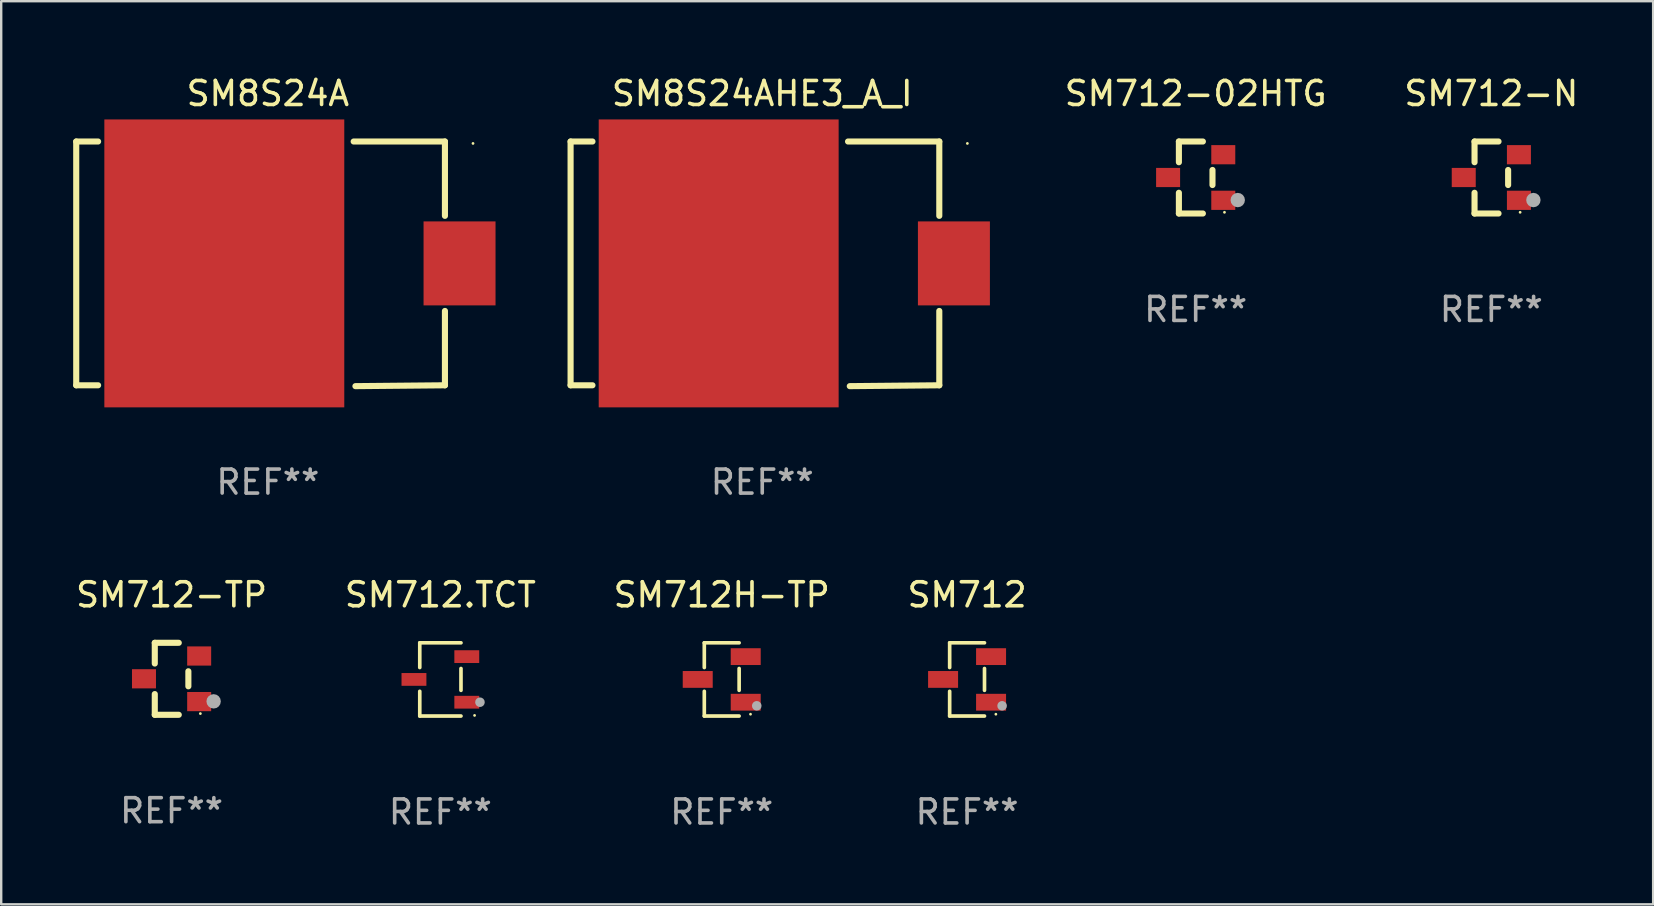
<source format=kicad_pcb>
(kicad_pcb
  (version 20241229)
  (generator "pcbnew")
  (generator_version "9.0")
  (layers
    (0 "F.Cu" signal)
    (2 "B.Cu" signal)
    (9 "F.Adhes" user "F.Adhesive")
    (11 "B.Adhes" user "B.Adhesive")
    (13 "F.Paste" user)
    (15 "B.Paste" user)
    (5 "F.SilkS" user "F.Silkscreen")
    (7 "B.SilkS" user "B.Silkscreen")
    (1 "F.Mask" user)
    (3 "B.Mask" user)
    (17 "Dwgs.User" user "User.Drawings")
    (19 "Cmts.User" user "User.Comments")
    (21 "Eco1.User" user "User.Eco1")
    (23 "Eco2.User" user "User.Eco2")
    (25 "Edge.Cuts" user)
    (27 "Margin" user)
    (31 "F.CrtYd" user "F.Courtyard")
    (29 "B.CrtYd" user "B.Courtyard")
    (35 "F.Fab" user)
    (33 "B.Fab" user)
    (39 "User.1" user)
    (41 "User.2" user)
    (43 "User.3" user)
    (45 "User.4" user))
  (footprint "SM8S24A"
    (layer "F.Cu")
    (at 8.115 7.946)
    (property "Reference" "SM8S24A" (at 0 -7.098 0) (layer "F.SilkS") (effects (font (size 1 1) (thickness 0.15))))
    (attr through_hole)
    (fp_line (start -7.988 -5.098) (end -7.076 -5.098) (stroke (width 0.254) (type solid)) (layer "F.SilkS"))
    (fp_line (start -7.988 5.062) (end -7.988 -5.098) (stroke (width 0.254) (type solid)) (layer "F.SilkS"))
    (fp_line (start -7.076 5.062) (end -7.988 5.062) (stroke (width 0.254) (type solid)) (layer "F.SilkS"))
    (fp_line (start 3.575 -5.098) (end 7.379 -5.098) (stroke (width 0.254) (type solid)) (layer "F.SilkS"))
    (fp_line (start 7.379 -5.098) (end 7.379 -1.999) (stroke (width 0.254) (type solid)) (layer "F.SilkS"))
    (fp_line (start 7.379 1.963) (end 7.379 5.062) (stroke (width 0.254) (type solid)) (layer "F.SilkS"))
    (fp_line (start 7.379 5.062) (end 3.648 5.098) (stroke (width 0.254) (type solid)) (layer "F.SilkS"))
    (fp_circle (center 8.549 -5.018) (end 8.579 -5.018) (stroke (width 0.06) (type solid)) (fill no) (layer "F.SilkS"))
    (fp_text user "REF**" (at 0 9.098 0) (layer "F.Fab") (effects (font (size 1 1) (thickness 0.15))))
    (pad "1" smd rect (at 7.988 -0.018 90) (size 3.5 3) (layers "F.Cu" "F.Mask" "F.Paste"))
    (pad "2" smd rect (at -1.816 -0.018 90) (size 12 10) (layers "F.Cu" "F.Mask" "F.Paste")))
  (footprint "SM712.TCT"
    (layer "F.Cu")
    (at 15.304 25.267)
    (property "Reference" "SM712.TCT" (at 0 -3.526 0) (layer "F.SilkS") (effects (font (size 1 1) (thickness 0.15))))
    (attr through_hole)
    (fp_line (start -0.859 -1.526) (end -0.859 -0.495) (stroke (width 0.152) (type solid)) (layer "F.SilkS"))
    (fp_line (start -0.859 1.526) (end -0.859 0.495) (stroke (width 0.152) (type solid)) (layer "F.SilkS"))
    (fp_line (start 0.859 -1.526) (end -0.859 -1.526) (stroke (width 0.152) (type solid)) (layer "F.SilkS"))
    (fp_line (start 0.859 -0.455) (end 0.859 0.455) (stroke (width 0.152) (type solid)) (layer "F.SilkS"))
    (fp_line (start 0.859 1.526) (end -0.859 1.526) (stroke (width 0.152) (type solid)) (layer "F.SilkS"))
    (fp_circle (center 1.425 1.5) (end 1.455 1.5) (stroke (width 0.06) (type solid)) (fill no) (layer "F.SilkS"))
    (fp_circle (center 1.65 0.95) (end 1.75 0.95) (stroke (width 0.2) (type solid)) (fill no) (layer "F.Fab"))
    (fp_text user "REF**" (at 0 5.526 0) (layer "F.Fab") (effects (font (size 1 1) (thickness 0.15))))
    (pad "1" smd rect (at 1.101 0.95) (size 1.037 0.532) (layers "F.Cu" "F.Mask" "F.Paste"))
    (pad "2" smd rect (at 1.101 -0.95) (size 1.037 0.532) (layers "F.Cu" "F.Mask" "F.Paste"))
    (pad "3" smd rect (at -1.101 0) (size 1.037 0.532) (layers "F.Cu" "F.Mask" "F.Paste")))
  (footprint "SM8S24AHE3_A_I"
    (layer "F.Cu")
    (at 28.719 7.946)
    (property "Reference" "SM8S24AHE3_A_I" (at 0 -7.098 0) (layer "F.SilkS") (effects (font (size 1 1) (thickness 0.15))))
    (attr through_hole)
    (fp_line (start -7.988 -5.098) (end -7.076 -5.098) (stroke (width 0.254) (type solid)) (layer "F.SilkS"))
    (fp_line (start -7.988 5.062) (end -7.988 -5.098) (stroke (width 0.254) (type solid)) (layer "F.SilkS"))
    (fp_line (start -7.076 5.062) (end -7.988 5.062) (stroke (width 0.254) (type solid)) (layer "F.SilkS"))
    (fp_line (start 3.575 -5.098) (end 7.379 -5.098) (stroke (width 0.254) (type solid)) (layer "F.SilkS"))
    (fp_line (start 7.379 -5.098) (end 7.379 -1.999) (stroke (width 0.254) (type solid)) (layer "F.SilkS"))
    (fp_line (start 7.379 1.963) (end 7.379 5.062) (stroke (width 0.254) (type solid)) (layer "F.SilkS"))
    (fp_line (start 7.379 5.062) (end 3.648 5.098) (stroke (width 0.254) (type solid)) (layer "F.SilkS"))
    (fp_circle (center 8.549 -5.018) (end 8.579 -5.018) (stroke (width 0.06) (type solid)) (fill no) (layer "F.SilkS"))
    (fp_text user "REF**" (at 0 9.098 0) (layer "F.Fab") (effects (font (size 1 1) (thickness 0.15))))
    (pad "1" smd rect (at 7.988 -0.018 90) (size 3.5 3) (layers "F.Cu" "F.Mask" "F.Paste"))
    (pad "2" smd rect (at -1.816 -0.018 90) (size 12 10) (layers "F.Cu" "F.Mask" "F.Paste")))
  (footprint "SM712-N"
    (layer "F.Cu")
    (at 59.106 4.348)
    (property "Reference" "SM712-N" (at 0 -3.5 0) (layer "F.SilkS") (effects (font (size 1 1) (thickness 0.15))))
    (attr through_hole)
    (fp_line (start -0.7 -1.5) (end 0.3 -1.5) (stroke (width 0.254) (type solid)) (layer "F.SilkS"))
    (fp_line (start -0.7 -0.636) (end -0.7 -1.5) (stroke (width 0.254) (type solid)) (layer "F.SilkS"))
    (fp_line (start -0.7 1.5) (end -0.7 0.636) (stroke (width 0.254) (type solid)) (layer "F.SilkS"))
    (fp_line (start -0.7 1.5) (end 0.3 1.5) (stroke (width 0.254) (type solid)) (layer "F.SilkS"))
    (fp_line (start 0.7 0.314) (end 0.7 -0.314) (stroke (width 0.254) (type solid)) (layer "F.SilkS"))
    (fp_circle (center 1.2 1.45) (end 1.23 1.45) (stroke (width 0.06) (type solid)) (fill no) (layer "F.SilkS"))
    (fp_circle (center 1.753 0.94) (end 1.903 0.94) (stroke (width 0.3) (type solid)) (fill no) (layer "F.Fab"))
    (fp_text user "REF**" (at 0 5.5 0) (layer "F.Fab") (effects (font (size 1 1) (thickness 0.15))))
    (pad "1" smd rect (at 1.15 0.95 180) (size 1 0.8) (layers "F.Cu" "F.Mask" "F.Paste"))
    (pad "2" smd rect (at 1.15 -0.95 180) (size 1 0.8) (layers "F.Cu" "F.Mask" "F.Paste"))
    (pad "3" smd rect (at -1.15 -0.000051 180) (size 1 0.8) (layers "F.Cu" "F.Mask" "F.Paste")))
  (footprint "SM712H-TP"
    (layer "F.Cu")
    (at 27.03 25.267)
    (property "Reference" "SM712H-TP" (at 0 -3.526 0) (layer "F.SilkS") (effects (font (size 1 1) (thickness 0.15))))
    (attr through_hole)
    (fp_line (start -0.726 -1.526) (end -0.726 -0.495) (stroke (width 0.152) (type solid)) (layer "F.SilkS"))
    (fp_line (start -0.726 1.526) (end -0.726 0.495) (stroke (width 0.152) (type solid)) (layer "F.SilkS"))
    (fp_line (start 0.726 -1.526) (end -0.726 -1.526) (stroke (width 0.152) (type solid)) (layer "F.SilkS"))
    (fp_line (start 0.726 -0.455) (end 0.726 0.455) (stroke (width 0.152) (type solid)) (layer "F.SilkS"))
    (fp_line (start 0.726 1.526) (end -0.726 1.526) (stroke (width 0.152) (type solid)) (layer "F.SilkS"))
    (fp_circle (center 1.2 1.45) (end 1.23 1.45) (stroke (width 0.06) (type solid)) (fill no) (layer "F.SilkS"))
    (fp_circle (center 1.46 1.1) (end 1.56 1.1) (stroke (width 0.2) (type solid)) (fill no) (layer "F.Fab"))
    (fp_text user "REF**" (at 0 5.526 0) (layer "F.Fab") (effects (font (size 1 1) (thickness 0.15))))
    (pad "1" smd rect (at 1 0.95) (size 1.25 0.7) (layers "F.Cu" "F.Mask" "F.Paste"))
    (pad "2" smd rect (at 1 -0.95) (size 1.25 0.7) (layers "F.Cu" "F.Mask" "F.Paste"))
    (pad "3" smd rect (at -1 0) (size 1.25 0.7) (layers "F.Cu" "F.Mask" "F.Paste")))
  (footprint "SM712-02HTG"
    (layer "F.Cu")
    (at 46.784 4.348)
    (property "Reference" "SM712-02HTG" (at 0 -3.5 0) (layer "F.SilkS") (effects (font (size 1 1) (thickness 0.15))))
    (attr through_hole)
    (fp_line (start -0.7 -1.5) (end 0.3 -1.5) (stroke (width 0.254) (type solid)) (layer "F.SilkS"))
    (fp_line (start -0.7 -0.636) (end -0.7 -1.5) (stroke (width 0.254) (type solid)) (layer "F.SilkS"))
    (fp_line (start -0.7 1.5) (end -0.7 0.636) (stroke (width 0.254) (type solid)) (layer "F.SilkS"))
    (fp_line (start -0.7 1.5) (end 0.3 1.5) (stroke (width 0.254) (type solid)) (layer "F.SilkS"))
    (fp_line (start 0.7 0.314) (end 0.7 -0.314) (stroke (width 0.254) (type solid)) (layer "F.SilkS"))
    (fp_circle (center 1.2 1.45) (end 1.23 1.45) (stroke (width 0.06) (type solid)) (fill no) (layer "F.SilkS"))
    (fp_circle (center 1.753 0.94) (end 1.903 0.94) (stroke (width 0.3) (type solid)) (fill no) (layer "F.Fab"))
    (fp_text user "REF**" (at 0 5.5 0) (layer "F.Fab") (effects (font (size 1 1) (thickness 0.15))))
    (pad "1" smd rect (at 1.15 0.95 180) (size 1 0.8) (layers "F.Cu" "F.Mask" "F.Paste"))
    (pad "2" smd rect (at 1.15 -0.95 180) (size 1 0.8) (layers "F.Cu" "F.Mask" "F.Paste"))
    (pad "3" smd rect (at -1.15 -0.000051 180) (size 1 0.8) (layers "F.Cu" "F.Mask" "F.Paste")))
  (footprint "SM712-TP"
    (layer "F.Cu")
    (at 4.101 25.241)
    (property "Reference" "SM712-TP" (at 0 -3.5 0) (layer "F.SilkS") (effects (font (size 1 1) (thickness 0.15))))
    (attr through_hole)
    (fp_line (start -0.7 -1.5) (end 0.3 -1.5) (stroke (width 0.254) (type solid)) (layer "F.SilkS"))
    (fp_line (start -0.7 -0.636) (end -0.7 -1.5) (stroke (width 0.254) (type solid)) (layer "F.SilkS"))
    (fp_line (start -0.7 1.5) (end -0.7 0.636) (stroke (width 0.254) (type solid)) (layer "F.SilkS"))
    (fp_line (start -0.7 1.5) (end 0.3 1.5) (stroke (width 0.254) (type solid)) (layer "F.SilkS"))
    (fp_line (start 0.7 0.314) (end 0.7 -0.314) (stroke (width 0.254) (type solid)) (layer "F.SilkS"))
    (fp_circle (center 1.2 1.45) (end 1.23 1.45) (stroke (width 0.06) (type solid)) (fill no) (layer "F.SilkS"))
    (fp_circle (center 1.753 0.94) (end 1.903 0.94) (stroke (width 0.3) (type solid)) (fill no) (layer "F.Fab"))
    (fp_text user "REF**" (at 0 5.5 0) (layer "F.Fab") (effects (font (size 1 1) (thickness 0.15))))
    (pad "1" smd rect (at 1.15 0.95 180) (size 1 0.8) (layers "F.Cu" "F.Mask" "F.Paste"))
    (pad "2" smd rect (at 1.15 -0.95 180) (size 1 0.8) (layers "F.Cu" "F.Mask" "F.Paste"))
    (pad "3" smd rect (at -1.15 -0.000051 180) (size 1 0.8) (layers "F.Cu" "F.Mask" "F.Paste")))
  (footprint "SM712"
    (layer "F.Cu")
    (at 37.256 25.267)
    (property "Reference" "SM712" (at 0 -3.526 0) (layer "F.SilkS") (effects (font (size 1 1) (thickness 0.15))))
    (attr through_hole)
    (fp_line (start -0.726 -1.526) (end -0.726 -0.495) (stroke (width 0.152) (type solid)) (layer "F.SilkS"))
    (fp_line (start -0.726 1.526) (end -0.726 0.495) (stroke (width 0.152) (type solid)) (layer "F.SilkS"))
    (fp_line (start 0.726 -1.526) (end -0.726 -1.526) (stroke (width 0.152) (type solid)) (layer "F.SilkS"))
    (fp_line (start 0.726 -0.455) (end 0.726 0.455) (stroke (width 0.152) (type solid)) (layer "F.SilkS"))
    (fp_line (start 0.726 1.526) (end -0.726 1.526) (stroke (width 0.152) (type solid)) (layer "F.SilkS"))
    (fp_circle (center 1.2 1.45) (end 1.23 1.45) (stroke (width 0.06) (type solid)) (fill no) (layer "F.SilkS"))
    (fp_circle (center 1.46 1.1) (end 1.56 1.1) (stroke (width 0.2) (type solid)) (fill no) (layer "F.Fab"))
    (fp_text user "REF**" (at 0 5.526 0) (layer "F.Fab") (effects (font (size 1 1) (thickness 0.15))))
    (pad "1" smd rect (at 1 0.95) (size 1.25 0.7) (layers "F.Cu" "F.Mask" "F.Paste"))
    (pad "2" smd rect (at 1 -0.95) (size 1.25 0.7) (layers "F.Cu" "F.Mask" "F.Paste"))
    (pad "3" smd rect (at -1 0) (size 1.25 0.7) (layers "F.Cu" "F.Mask" "F.Paste")))
  (gr_rect
    (start -3 -3)
    (end 65.85 34.642)
    (stroke (width 0.1) (type default))
    (fill no)
    (layer "Edge.Cuts")))
</source>
